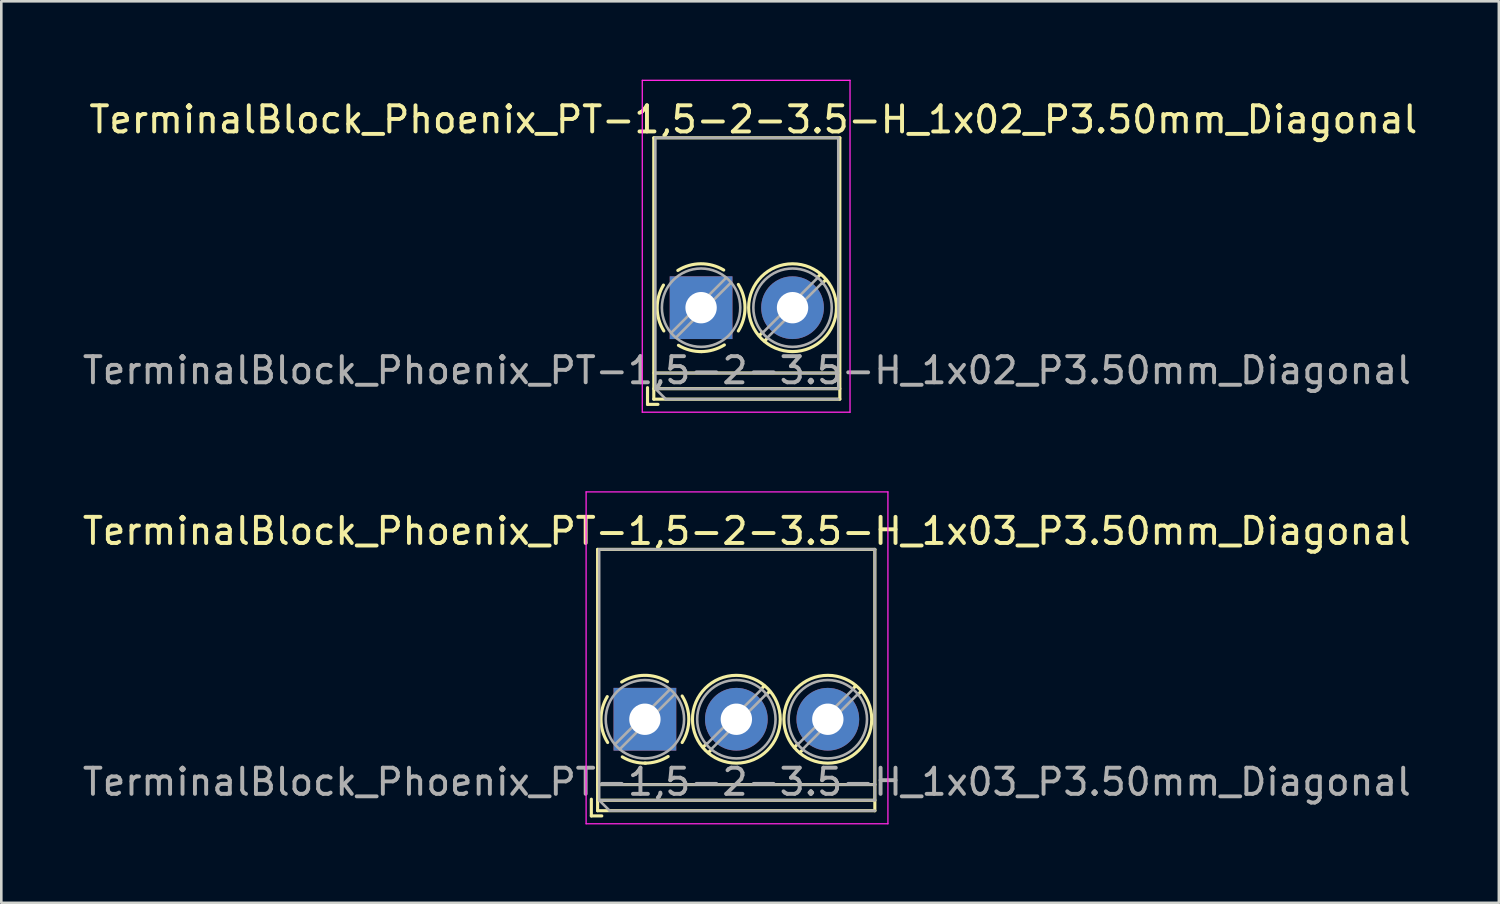
<source format=kicad_pcb>
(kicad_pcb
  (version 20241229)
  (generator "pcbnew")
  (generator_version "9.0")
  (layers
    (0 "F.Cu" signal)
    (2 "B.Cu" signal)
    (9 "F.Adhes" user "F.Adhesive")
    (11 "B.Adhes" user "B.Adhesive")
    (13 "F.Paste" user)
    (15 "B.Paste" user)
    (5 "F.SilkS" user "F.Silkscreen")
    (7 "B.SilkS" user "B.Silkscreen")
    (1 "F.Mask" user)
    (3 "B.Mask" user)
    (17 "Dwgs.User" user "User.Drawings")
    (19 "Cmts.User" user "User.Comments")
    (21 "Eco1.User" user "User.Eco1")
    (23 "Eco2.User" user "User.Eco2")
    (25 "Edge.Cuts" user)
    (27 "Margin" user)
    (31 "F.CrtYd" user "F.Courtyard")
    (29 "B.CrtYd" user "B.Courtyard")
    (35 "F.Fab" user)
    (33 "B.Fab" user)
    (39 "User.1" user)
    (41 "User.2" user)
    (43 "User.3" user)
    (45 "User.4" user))
  (footprint "TerminalBlock_Phoenix_PT-1,5-2-3.5-H_1x02_P3.50mm_Diagonal"
    (layer "F.Cu")
    (at 23.78 8.725)
    (property "Reference" "TerminalBlock_Phoenix_PT-1,5-2-3.5-H_1x02_P3.50mm_Diagonal" (at 2 -7.2 0) (layer "F.SilkS") (effects (font (size 1 1) (thickness 0.15))))
    (attr through_hole)
    (fp_line (start -2.05 3.06) (end -2.05 3.7) (stroke (width 0.12) (type solid)) (layer "F.SilkS"))
    (fp_line (start -2.05 3.7) (end -1.65 3.7) (stroke (width 0.12) (type solid)) (layer "F.SilkS"))
    (fp_line (start -1.81 -6.5) (end -1.81 3.5) (stroke (width 0.12) (type solid)) (layer "F.SilkS"))
    (fp_line (start -1.81 -6.5) (end 5.31 -6.5) (stroke (width 0.12) (type solid)) (layer "F.SilkS"))
    (fp_line (start -1.81 3.1) (end 5.31 3.1) (stroke (width 0.12) (type solid)) (layer "F.SilkS"))
    (fp_line (start -1.81 3.5) (end 5.31 3.5) (stroke (width 0.12) (type solid)) (layer "F.SilkS"))
    (fp_line (start -1.8 2.5) (end 5.3 2.5) (stroke (width 0.12) (type solid)) (layer "F.SilkS"))
    (fp_line (start 2.355 0.941) (end 2.226 1.069) (stroke (width 0.12) (type solid)) (layer "F.SilkS"))
    (fp_line (start 2.525 1.181) (end 2.431 1.274) (stroke (width 0.12) (type solid)) (layer "F.SilkS"))
    (fp_line (start 4.57 -1.275) (end 4.476 -1.181) (stroke (width 0.12) (type solid)) (layer "F.SilkS"))
    (fp_line (start 4.775 -1.069) (end 4.646 -0.941) (stroke (width 0.12) (type solid)) (layer "F.SilkS"))
    (fp_line (start 5.31 -6.5) (end 5.31 3.5) (stroke (width 0.12) (type solid)) (layer "F.SilkS"))
    (fp_arc (start -1.425358 0.889894) (mid -1.680286 0.014012) (end -1.44 -0.866) (stroke (width 0.12) (type solid)) (layer "F.SilkS"))
    (fp_arc (start -0.889894 -1.425358) (mid -0.014012 -1.680286) (end 0.866 -1.44) (stroke (width 0.12) (type solid)) (layer "F.SilkS"))
    (fp_arc (start 0.028674 1.680099) (mid -0.435535 1.622918) (end -0.866 1.44) (stroke (width 0.12) (type solid)) (layer "F.SilkS"))
    (fp_arc (start 0.890264 1.424721) (mid 0.463071 1.61492) (end 0 1.68) (stroke (width 0.12) (type solid)) (layer "F.SilkS"))
    (fp_arc (start 1.425504 -0.890193) (mid 1.680626 0.000476) (end 1.425 0.891) (stroke (width 0.12) (type solid)) (layer "F.SilkS"))
    (fp_circle (center 3.5 0) (end 5.18 0) (stroke (width 0.12) (type solid)) (fill no) (layer "F.SilkS"))
    (fp_line (start -2.25 -8.7) (end -2.25 4) (stroke (width 0.05) (type solid)) (layer "F.CrtYd"))
    (fp_line (start -2.25 4) (end 5.7 4) (stroke (width 0.05) (type solid)) (layer "F.CrtYd"))
    (fp_line (start 5.7 -8.7) (end -2.25 -8.7) (stroke (width 0.05) (type solid)) (layer "F.CrtYd"))
    (fp_line (start 5.7 4) (end 5.7 -8.7) (stroke (width 0.05) (type solid)) (layer "F.CrtYd"))
    (fp_line (start -1.75 -6.5) (end 5.25 -6.5) (stroke (width 0.1) (type solid)) (layer "F.Fab"))
    (fp_line (start -1.75 2.5) (end 5.25 2.5) (stroke (width 0.1) (type solid)) (layer "F.Fab"))
    (fp_line (start -1.75 3.1) (end -1.75 -6.5) (stroke (width 0.1) (type solid)) (layer "F.Fab"))
    (fp_line (start -1.75 3.1) (end 5.25 3.1) (stroke (width 0.1) (type solid)) (layer "F.Fab"))
    (fp_line (start -1.35 3.5) (end -1.75 3.1) (stroke (width 0.1) (type solid)) (layer "F.Fab"))
    (fp_line (start 0.955 -1.138) (end -1.138 0.955) (stroke (width 0.1) (type solid)) (layer "F.Fab"))
    (fp_line (start 1.138 -0.955) (end -0.955 1.138) (stroke (width 0.1) (type solid)) (layer "F.Fab"))
    (fp_line (start 4.455 -1.138) (end 2.363 0.955) (stroke (width 0.1) (type solid)) (layer "F.Fab"))
    (fp_line (start 4.638 -0.955) (end 2.546 1.138) (stroke (width 0.1) (type solid)) (layer "F.Fab"))
    (fp_line (start 5.25 -6.5) (end 5.25 3.1) (stroke (width 0.1) (type solid)) (layer "F.Fab"))
    (fp_line (start 5.25 3.5) (end -1.35 3.5) (stroke (width 0.1) (type solid)) (layer "F.Fab"))
    (fp_circle (center 0 0) (end 1.5 0) (stroke (width 0.1) (type solid)) (fill no) (layer "F.Fab"))
    (fp_circle (center 3.5 0) (end 5 0) (stroke (width 0.1) (type solid)) (fill no) (layer "F.Fab"))
    (fp_text user "${REFERENCE}" (at 1.75 2.4 0) (layer "F.Fab") (effects (font (size 1 1) (thickness 0.15))))
    (pad "1" thru_hole rect (at 0 0) (size 2.4 2.4) (drill 1.2) (layers "*.Cu" "*.Mask"))
    (pad "2" thru_hole circle (at 3.5 0) (size 2.4 2.4) (drill 1.2) (layers "*.Cu" "*.Mask")))
  (footprint "TerminalBlock_Phoenix_PT-1,5-2-3.5-H_1x03_P3.50mm_Diagonal"
    (layer "F.Cu")
    (at 21.63 24.475)
    (property "Reference" "TerminalBlock_Phoenix_PT-1,5-2-3.5-H_1x03_P3.50mm_Diagonal" (at 3.9 -7.2 0) (layer "F.SilkS") (effects (font (size 1 1) (thickness 0.15))))
    (attr through_hole)
    (fp_line (start -2.05 3.06) (end -2.05 3.7) (stroke (width 0.12) (type solid)) (layer "F.SilkS"))
    (fp_line (start -2.05 3.7) (end -1.65 3.7) (stroke (width 0.12) (type solid)) (layer "F.SilkS"))
    (fp_line (start -1.81 -6.5) (end -1.81 3.5) (stroke (width 0.12) (type solid)) (layer "F.SilkS"))
    (fp_line (start -1.81 -6.5) (end 8.8 -6.5) (stroke (width 0.12) (type solid)) (layer "F.SilkS"))
    (fp_line (start -1.81 3.1) (end 8.8 3.1) (stroke (width 0.12) (type solid)) (layer "F.SilkS"))
    (fp_line (start -1.81 3.5) (end 8.8 3.5) (stroke (width 0.12) (type solid)) (layer "F.SilkS"))
    (fp_line (start -1.8 2.5) (end 8.8 2.5) (stroke (width 0.12) (type solid)) (layer "F.SilkS"))
    (fp_line (start 2.355 0.941) (end 2.226 1.069) (stroke (width 0.12) (type solid)) (layer "F.SilkS"))
    (fp_line (start 2.525 1.181) (end 2.431 1.274) (stroke (width 0.12) (type solid)) (layer "F.SilkS"))
    (fp_line (start 4.57 -1.275) (end 4.476 -1.181) (stroke (width 0.12) (type solid)) (layer "F.SilkS"))
    (fp_line (start 4.775 -1.069) (end 4.646 -0.941) (stroke (width 0.12) (type solid)) (layer "F.SilkS"))
    (fp_line (start 5.855 0.941) (end 5.726 1.069) (stroke (width 0.12) (type solid)) (layer "F.SilkS"))
    (fp_line (start 6.025 1.181) (end 5.931 1.274) (stroke (width 0.12) (type solid)) (layer "F.SilkS"))
    (fp_line (start 8.07 -1.275) (end 7.976 -1.181) (stroke (width 0.12) (type solid)) (layer "F.SilkS"))
    (fp_line (start 8.275 -1.069) (end 8.146 -0.941) (stroke (width 0.12) (type solid)) (layer "F.SilkS"))
    (fp_line (start 8.8 -6.5) (end 8.8 3.5) (stroke (width 0.12) (type solid)) (layer "F.SilkS"))
    (fp_arc (start -1.425358 0.889894) (mid -1.680286 0.014012) (end -1.44 -0.866) (stroke (width 0.12) (type solid)) (layer "F.SilkS"))
    (fp_arc (start -0.889894 -1.425358) (mid -0.014012 -1.680286) (end 0.866 -1.44) (stroke (width 0.12) (type solid)) (layer "F.SilkS"))
    (fp_arc (start 0.028674 1.680099) (mid -0.435535 1.622918) (end -0.866 1.44) (stroke (width 0.12) (type solid)) (layer "F.SilkS"))
    (fp_arc (start 0.890264 1.424721) (mid 0.463071 1.61492) (end 0 1.68) (stroke (width 0.12) (type solid)) (layer "F.SilkS"))
    (fp_arc (start 1.425504 -0.890193) (mid 1.680626 0.000476) (end 1.425 0.891) (stroke (width 0.12) (type solid)) (layer "F.SilkS"))
    (fp_circle (center 3.5 0) (end 5.18 0) (stroke (width 0.12) (type solid)) (fill no) (layer "F.SilkS"))
    (fp_circle (center 7 0) (end 8.68 0) (stroke (width 0.12) (type solid)) (fill no) (layer "F.SilkS"))
    (fp_line (start -2.25 -8.7) (end -2.25 4) (stroke (width 0.05) (type solid)) (layer "F.CrtYd"))
    (fp_line (start -2.25 4) (end 9.3 4) (stroke (width 0.05) (type solid)) (layer "F.CrtYd"))
    (fp_line (start 9.3 -8.7) (end -2.25 -8.7) (stroke (width 0.05) (type solid)) (layer "F.CrtYd"))
    (fp_line (start 9.3 4) (end 9.3 -8.7) (stroke (width 0.05) (type solid)) (layer "F.CrtYd"))
    (fp_line (start -1.75 -6.5) (end 8.8 -6.5) (stroke (width 0.1) (type solid)) (layer "F.Fab"))
    (fp_line (start -1.75 2.5) (end 8.8 2.5) (stroke (width 0.1) (type solid)) (layer "F.Fab"))
    (fp_line (start -1.75 3.1) (end -1.75 -6.5) (stroke (width 0.1) (type solid)) (layer "F.Fab"))
    (fp_line (start -1.75 3.1) (end 8.8 3.1) (stroke (width 0.1) (type solid)) (layer "F.Fab"))
    (fp_line (start -1.35 3.5) (end -1.75 3.1) (stroke (width 0.1) (type solid)) (layer "F.Fab"))
    (fp_line (start 0.955 -1.138) (end -1.138 0.955) (stroke (width 0.1) (type solid)) (layer "F.Fab"))
    (fp_line (start 1.138 -0.955) (end -0.955 1.138) (stroke (width 0.1) (type solid)) (layer "F.Fab"))
    (fp_line (start 4.455 -1.138) (end 2.363 0.955) (stroke (width 0.1) (type solid)) (layer "F.Fab"))
    (fp_line (start 4.638 -0.955) (end 2.546 1.138) (stroke (width 0.1) (type solid)) (layer "F.Fab"))
    (fp_line (start 7.955 -1.138) (end 5.863 0.955) (stroke (width 0.1) (type solid)) (layer "F.Fab"))
    (fp_line (start 8.138 -0.955) (end 6.046 1.138) (stroke (width 0.1) (type solid)) (layer "F.Fab"))
    (fp_line (start 8.8 -6.5) (end 8.8 3.1) (stroke (width 0.1) (type solid)) (layer "F.Fab"))
    (fp_line (start 8.8 3.5) (end -1.35 3.5) (stroke (width 0.1) (type solid)) (layer "F.Fab"))
    (fp_circle (center 0 0) (end 1.5 0) (stroke (width 0.1) (type solid)) (fill no) (layer "F.Fab"))
    (fp_circle (center 3.5 0) (end 5 0) (stroke (width 0.1) (type solid)) (fill no) (layer "F.Fab"))
    (fp_circle (center 7 0) (end 8.5 0) (stroke (width 0.1) (type solid)) (fill no) (layer "F.Fab"))
    (fp_text user "${REFERENCE}" (at 3.9 2.4 0) (layer "F.Fab") (effects (font (size 1 1) (thickness 0.15))))
    (pad "1" thru_hole rect (at 0 0) (size 2.4 2.4) (drill 1.2) (layers "*.Cu" "*.Mask"))
    (pad "2" thru_hole circle (at 3.5 0) (size 2.4 2.4) (drill 1.2) (layers "*.Cu" "*.Mask"))
    (pad "3" thru_hole circle (at 7 0) (size 2.4 2.4) (drill 1.2) (layers "*.Cu" "*.Mask")))
  (gr_rect
    (start -3 -3)
    (end 54.31 31.5)
    (stroke (width 0.1) (type default))
    (fill no)
    (layer "Edge.Cuts")))
</source>
